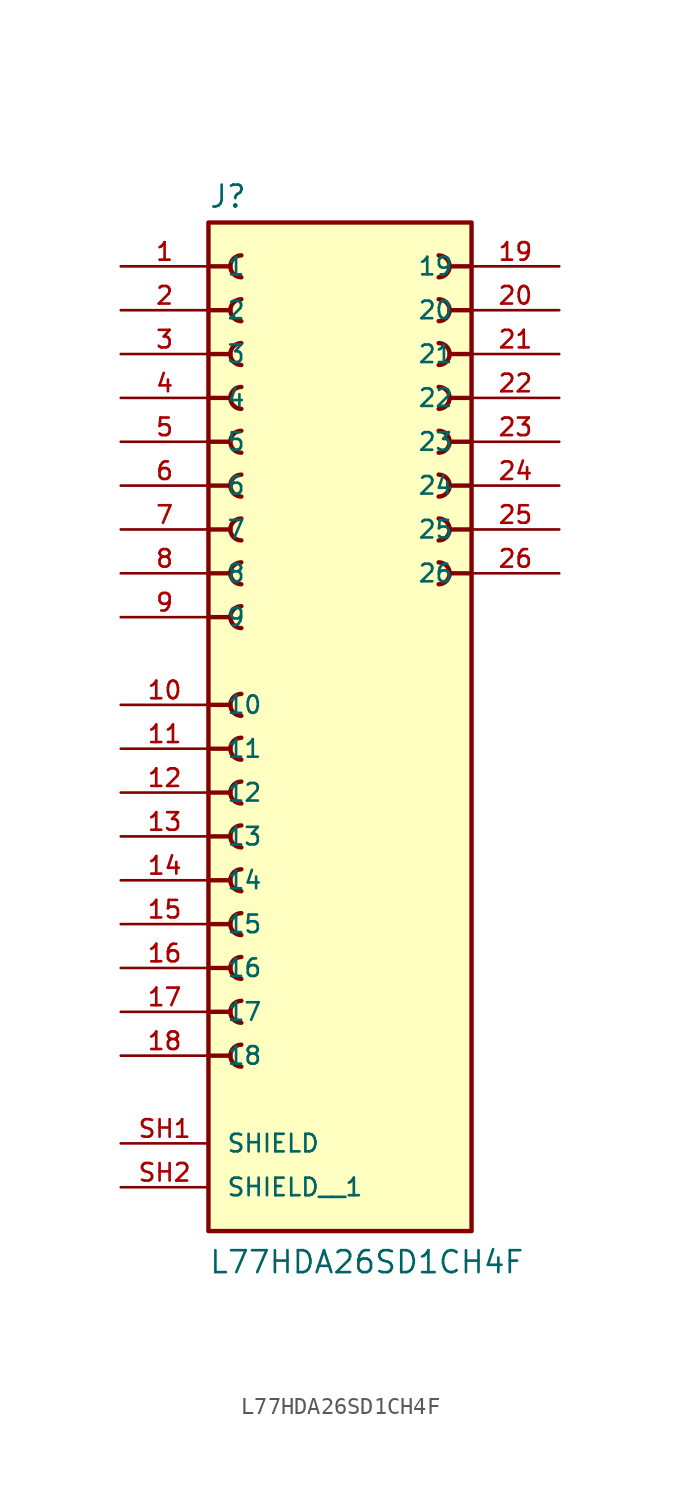
<source format=kicad_sym>
(kicad_symbol_lib
  (version 20211014)
  (generator kicad_symbol_editor)
  (symbol "L77HDA26SD1CH4F"
    (pin_names
      (offset 1.016))
    (property "Reference" "J"
      (at -7.62 28.702 0)
      (effects (font (size 1.27 1.27)) (justify bottom left)))
    (property "Value" "L77HDA26SD1CH4F"
      (at -7.62 -33.02 0)
      (effects (font (size 1.27 1.27)) (justify bottom left)))
    (symbol "L77HDA26SD1CH4F_0_0"
      (polyline (pts (xy -7.62 25.4) (xy -6.35 25.4)) (stroke (width 0.254)))
      (arc (start -5.715 24.765) (mid -6.35 25.4) (end -5.715 26.035) (stroke (width 0.254) (type default) (color 0 0 0 0)) (fill (type none)))
      (polyline (pts (xy -7.62 22.86) (xy -6.35 22.86)) (stroke (width 0.254)))
      (arc (start -5.715 22.225) (mid -6.35 22.86) (end -5.715 23.495) (stroke (width 0.254) (type default) (color 0 0 0 0)) (fill (type none)))
      (polyline (pts (xy -7.62 20.32) (xy -6.35 20.32)) (stroke (width 0.254)))
      (arc (start -5.715 19.685) (mid -6.35 20.32) (end -5.715 20.955) (stroke (width 0.254) (type default) (color 0 0 0 0)) (fill (type none)))
      (polyline (pts (xy -7.62 17.78) (xy -6.35 17.78)) (stroke (width 0.254)))
      (arc (start -5.715 17.145) (mid -6.35 17.78) (end -5.715 18.415) (stroke (width 0.254) (type default) (color 0 0 0 0)) (fill (type none)))
      (polyline (pts (xy -7.62 15.24) (xy -6.35 15.24)) (stroke (width 0.254)))
      (arc (start -5.715 14.605) (mid -6.35 15.24) (end -5.715 15.875) (stroke (width 0.254) (type default) (color 0 0 0 0)) (fill (type none)))
      (polyline (pts (xy -7.62 12.7) (xy -6.35 12.7)) (stroke (width 0.254)))
      (arc (start -5.715 12.065) (mid -6.35 12.7) (end -5.715 13.335) (stroke (width 0.254) (type default) (color 0 0 0 0)) (fill (type none)))
      (polyline (pts (xy -7.62 10.16) (xy -6.35 10.16)) (stroke (width 0.254)))
      (arc (start -5.715 9.525) (mid -6.35 10.16) (end -5.715 10.795) (stroke (width 0.254) (type default) (color 0 0 0 0)) (fill (type none)))
      (polyline (pts (xy -7.62 7.62) (xy -6.35 7.62)) (stroke (width 0.254)))
      (arc (start -5.715 6.985) (mid -6.35 7.62) (end -5.715 8.255) (stroke (width 0.254) (type default) (color 0 0 0 0)) (fill (type none)))
      (polyline (pts (xy -7.62 5.08) (xy -6.35 5.08)) (stroke (width 0.254)))
      (arc (start -5.715 4.445) (mid -6.35 5.08) (end -5.715 5.715) (stroke (width 0.254) (type default) (color 0 0 0 0)) (fill (type none)))
      (polyline (pts (xy -7.62 0.0) (xy -6.35 0.0)) (stroke (width 0.254)))
      (arc (start -5.715 -0.635) (mid -6.35 0.0) (end -5.715 0.635) (stroke (width 0.254) (type default) (color 0 0 0 0)) (fill (type none)))
      (polyline (pts (xy -7.62 -2.54) (xy -6.35 -2.54)) (stroke (width 0.254)))
      (arc (start -5.715 -3.175) (mid -6.35 -2.54) (end -5.715 -1.905) (stroke (width 0.254) (type default) (color 0 0 0 0)) (fill (type none)))
      (polyline (pts (xy -7.62 -5.08) (xy -6.35 -5.08)) (stroke (width 0.254)))
      (arc (start -5.715 -5.715) (mid -6.35 -5.08) (end -5.715 -4.445) (stroke (width 0.254) (type default) (color 0 0 0 0)) (fill (type none)))
      (polyline (pts (xy -7.62 -7.62) (xy -6.35 -7.62)) (stroke (width 0.254)))
      (arc (start -5.715 -8.255) (mid -6.35 -7.62) (end -5.715 -6.985) (stroke (width 0.254) (type default) (color 0 0 0 0)) (fill (type none)))
      (polyline (pts (xy -7.62 -10.16) (xy -6.35 -10.16)) (stroke (width 0.254)))
      (arc (start -5.715 -10.795) (mid -6.35 -10.16) (end -5.715 -9.525) (stroke (width 0.254) (type default) (color 0 0 0 0)) (fill (type none)))
      (polyline (pts (xy -7.62 -12.7) (xy -6.35 -12.7)) (stroke (width 0.254)))
      (arc (start -5.715 -13.335) (mid -6.35 -12.7) (end -5.715 -12.065) (stroke (width 0.254) (type default) (color 0 0 0 0)) (fill (type none)))
      (polyline (pts (xy -7.62 -15.24) (xy -6.35 -15.24)) (stroke (width 0.254)))
      (arc (start -5.715 -15.875) (mid -6.35 -15.24) (end -5.715 -14.605) (stroke (width 0.254) (type default) (color 0 0 0 0)) (fill (type none)))
      (polyline (pts (xy -7.62 -17.78) (xy -6.35 -17.78)) (stroke (width 0.254)))
      (arc (start -5.715 -18.415) (mid -6.35 -17.78) (end -5.715 -17.145) (stroke (width 0.254) (type default) (color 0 0 0 0)) (fill (type none)))
      (polyline (pts (xy -7.62 -20.32) (xy -6.35 -20.32)) (stroke (width 0.254)))
      (arc (start -5.715 -20.955) (mid -6.35 -20.32) (end -5.715 -19.685) (stroke (width 0.254) (type default) (color 0 0 0 0)) (fill (type none)))
      (polyline (pts (xy 7.62 25.4) (xy 6.35 25.4)) (stroke (width 0.254)))
      (arc (start 5.715 24.765) (mid 6.35 25.4) (end 5.715 26.035) (stroke (width 0.254) (type default) (color 0 0 0 0)) (fill (type none)))
      (polyline (pts (xy 7.62 22.86) (xy 6.35 22.86)) (stroke (width 0.254)))
      (arc (start 5.715 22.225) (mid 6.35 22.86) (end 5.715 23.495) (stroke (width 0.254) (type default) (color 0 0 0 0)) (fill (type none)))
      (polyline (pts (xy 7.62 20.32) (xy 6.35 20.32)) (stroke (width 0.254)))
      (arc (start 5.715 19.685) (mid 6.35 20.32) (end 5.715 20.955) (stroke (width 0.254) (type default) (color 0 0 0 0)) (fill (type none)))
      (polyline (pts (xy 7.62 17.78) (xy 6.35 17.78)) (stroke (width 0.254)))
      (arc (start 5.715 17.145) (mid 6.35 17.78) (end 5.715 18.415) (stroke (width 0.254) (type default) (color 0 0 0 0)) (fill (type none)))
      (polyline (pts (xy 7.62 15.24) (xy 6.35 15.24)) (stroke (width 0.254)))
      (arc (start 5.715 14.605) (mid 6.35 15.24) (end 5.715 15.875) (stroke (width 0.254) (type default) (color 0 0 0 0)) (fill (type none)))
      (polyline (pts (xy 7.62 12.7) (xy 6.35 12.7)) (stroke (width 0.254)))
      (arc (start 5.715 12.065) (mid 6.35 12.7) (end 5.715 13.335) (stroke (width 0.254) (type default) (color 0 0 0 0)) (fill (type none)))
      (polyline (pts (xy 7.62 10.16) (xy 6.35 10.16)) (stroke (width 0.254)))
      (arc (start 5.715 9.525) (mid 6.35 10.16) (end 5.715 10.795) (stroke (width 0.254) (type default) (color 0 0 0 0)) (fill (type none)))
      (polyline (pts (xy 7.62 7.62) (xy 6.35 7.62)) (stroke (width 0.254)))
      (arc (start 5.715 6.985) (mid 6.35 7.62) (end 5.715 8.255) (stroke (width 0.254) (type default) (color 0 0 0 0)) (fill (type none)))
      (rectangle (start -7.62 -30.48) (end 7.62 27.94) (stroke (width 0.254)) (fill (type background)))
      (pin passive line (at -12.7 25.4 0) (length 5.08) (name "1" (effects (font (size 1.016 1.016)))) (number "1" (effects (font (size 1.016 1.016)))))
      (pin passive line (at -12.7 22.86 0) (length 5.08) (name "2" (effects (font (size 1.016 1.016)))) (number "2" (effects (font (size 1.016 1.016)))))
      (pin passive line (at -12.7 20.32 0) (length 5.08) (name "3" (effects (font (size 1.016 1.016)))) (number "3" (effects (font (size 1.016 1.016)))))
      (pin passive line (at -12.7 17.78 0) (length 5.08) (name "4" (effects (font (size 1.016 1.016)))) (number "4" (effects (font (size 1.016 1.016)))))
      (pin passive line (at -12.7 15.24 0) (length 5.08) (name "5" (effects (font (size 1.016 1.016)))) (number "5" (effects (font (size 1.016 1.016)))))
      (pin passive line (at -12.7 12.7 0) (length 5.08) (name "6" (effects (font (size 1.016 1.016)))) (number "6" (effects (font (size 1.016 1.016)))))
      (pin passive line (at -12.7 10.16 0) (length 5.08) (name "7" (effects (font (size 1.016 1.016)))) (number "7" (effects (font (size 1.016 1.016)))))
      (pin passive line (at -12.7 7.62 0) (length 5.08) (name "8" (effects (font (size 1.016 1.016)))) (number "8" (effects (font (size 1.016 1.016)))))
      (pin passive line (at -12.7 5.08 0) (length 5.08) (name "9" (effects (font (size 1.016 1.016)))) (number "9" (effects (font (size 1.016 1.016)))))
      (pin passive line (at -12.7 0.0 0) (length 5.08) (name "10" (effects (font (size 1.016 1.016)))) (number "10" (effects (font (size 1.016 1.016)))))
      (pin passive line (at -12.7 -2.54 0) (length 5.08) (name "11" (effects (font (size 1.016 1.016)))) (number "11" (effects (font (size 1.016 1.016)))))
      (pin passive line (at -12.7 -5.08 0) (length 5.08) (name "12" (effects (font (size 1.016 1.016)))) (number "12" (effects (font (size 1.016 1.016)))))
      (pin passive line (at -12.7 -7.62 0) (length 5.08) (name "13" (effects (font (size 1.016 1.016)))) (number "13" (effects (font (size 1.016 1.016)))))
      (pin passive line (at -12.7 -10.16 0) (length 5.08) (name "14" (effects (font (size 1.016 1.016)))) (number "14" (effects (font (size 1.016 1.016)))))
      (pin passive line (at -12.7 -12.7 0) (length 5.08) (name "15" (effects (font (size 1.016 1.016)))) (number "15" (effects (font (size 1.016 1.016)))))
      (pin passive line (at -12.7 -25.4 0) (length 5.08) (name "SHIELD" (effects (font (size 1.016 1.016)))) (number "SH1" (effects (font (size 1.016 1.016)))))
      (pin passive line (at -12.7 -15.24 0) (length 5.08) (name "16" (effects (font (size 1.016 1.016)))) (number "16" (effects (font (size 1.016 1.016)))))
      (pin passive line (at -12.7 -17.78 0) (length 5.08) (name "17" (effects (font (size 1.016 1.016)))) (number "17" (effects (font (size 1.016 1.016)))))
      (pin passive line (at -12.7 -20.32 0) (length 5.08) (name "18" (effects (font (size 1.016 1.016)))) (number "18" (effects (font (size 1.016 1.016)))))
      (pin passive line (at 12.7 25.4 180.0) (length 5.08) (name "19" (effects (font (size 1.016 1.016)))) (number "19" (effects (font (size 1.016 1.016)))))
      (pin passive line (at 12.7 22.86 180.0) (length 5.08) (name "20" (effects (font (size 1.016 1.016)))) (number "20" (effects (font (size 1.016 1.016)))))
      (pin passive line (at 12.7 20.32 180.0) (length 5.08) (name "21" (effects (font (size 1.016 1.016)))) (number "21" (effects (font (size 1.016 1.016)))))
      (pin passive line (at 12.7 17.78 180.0) (length 5.08) (name "22" (effects (font (size 1.016 1.016)))) (number "22" (effects (font (size 1.016 1.016)))))
      (pin passive line (at 12.7 15.24 180.0) (length 5.08) (name "23" (effects (font (size 1.016 1.016)))) (number "23" (effects (font (size 1.016 1.016)))))
      (pin passive line (at 12.7 12.7 180.0) (length 5.08) (name "24" (effects (font (size 1.016 1.016)))) (number "24" (effects (font (size 1.016 1.016)))))
      (pin passive line (at 12.7 10.16 180.0) (length 5.08) (name "25" (effects (font (size 1.016 1.016)))) (number "25" (effects (font (size 1.016 1.016)))))
      (pin passive line (at 12.7 7.62 180.0) (length 5.08) (name "26" (effects (font (size 1.016 1.016)))) (number "26" (effects (font (size 1.016 1.016)))))
      (pin passive line (at -12.7 -27.94 0) (length 5.08) (name "SHIELD__1" (effects (font (size 1.016 1.016)))) (number "SH2" (effects (font (size 1.016 1.016))))))))
</source>
